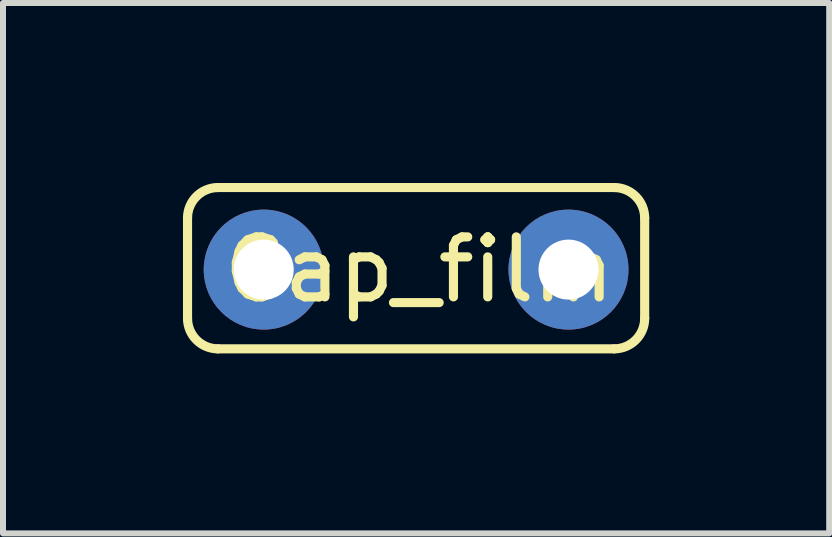
<source format=kicad_pcb>
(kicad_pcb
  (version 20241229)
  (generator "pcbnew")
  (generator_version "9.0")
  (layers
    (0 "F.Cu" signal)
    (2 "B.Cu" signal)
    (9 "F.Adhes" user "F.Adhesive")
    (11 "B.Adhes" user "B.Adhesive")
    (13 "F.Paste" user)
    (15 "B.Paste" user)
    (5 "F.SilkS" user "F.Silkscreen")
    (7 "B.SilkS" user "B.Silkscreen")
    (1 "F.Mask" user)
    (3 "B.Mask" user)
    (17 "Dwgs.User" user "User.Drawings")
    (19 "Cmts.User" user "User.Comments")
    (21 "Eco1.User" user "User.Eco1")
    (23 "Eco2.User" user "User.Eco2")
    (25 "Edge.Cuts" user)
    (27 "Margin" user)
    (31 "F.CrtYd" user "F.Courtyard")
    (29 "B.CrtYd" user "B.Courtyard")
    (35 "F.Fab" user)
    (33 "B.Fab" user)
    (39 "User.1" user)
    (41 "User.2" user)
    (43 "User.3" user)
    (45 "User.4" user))
  (footprint "Cap_film"
    (layer "F.Cu")
    (at 3.886 1.444)
    (property "Reference" "Cap_film" (at 0.051 0 0) (layer "F.SilkS") (effects (font (size 1 1) (thickness 0.152))))
    (attr through_hole)
    (fp_line (start -3.81 0.813) (end -3.81 -0.86) (stroke (width 0.152) (type solid)) (layer "F.SilkS"))
    (fp_line (start -3.302 -1.368) (end 3.302 -1.368) (stroke (width 0.152) (type solid)) (layer "F.SilkS"))
    (fp_line (start 3.302 1.321) (end -3.302 1.321) (stroke (width 0.152) (type solid)) (layer "F.SilkS"))
    (fp_line (start 3.81 -0.86) (end 3.81 0.813) (stroke (width 0.152) (type solid)) (layer "F.SilkS"))
    (fp_arc (start -3.81 -0.85999) (mid -3.66121 -1.2192) (end -3.302 -1.36799) (stroke (width 0.1524) (type solid)) (layer "F.SilkS"))
    (fp_arc (start -3.302 1.3208) (mid -3.66121 1.17201) (end -3.81 0.8128) (stroke (width 0.1524) (type solid)) (layer "F.SilkS"))
    (fp_arc (start 3.302 -1.36799) (mid 3.66121 -1.2192) (end 3.81 -0.85999) (stroke (width 0.1524) (type solid)) (layer "F.SilkS"))
    (fp_arc (start 3.81 0.8128) (mid 3.66121 1.17201) (end 3.302 1.3208) (stroke (width 0.1524) (type solid)) (layer "F.SilkS"))
    (pad "1" thru_hole oval (at -2.54 0) (size 2 2) (drill 1) (layers "*.Cu" "*.Mask"))
    (pad "2" thru_hole oval (at 2.54 0) (size 2 2) (drill 1) (layers "*.Cu" "*.Mask")))
  (gr_rect
    (start -3 -3)
    (end 10.772 5.841)
    (stroke (width 0.1) (type default))
    (fill no)
    (layer "Edge.Cuts")))
</source>
